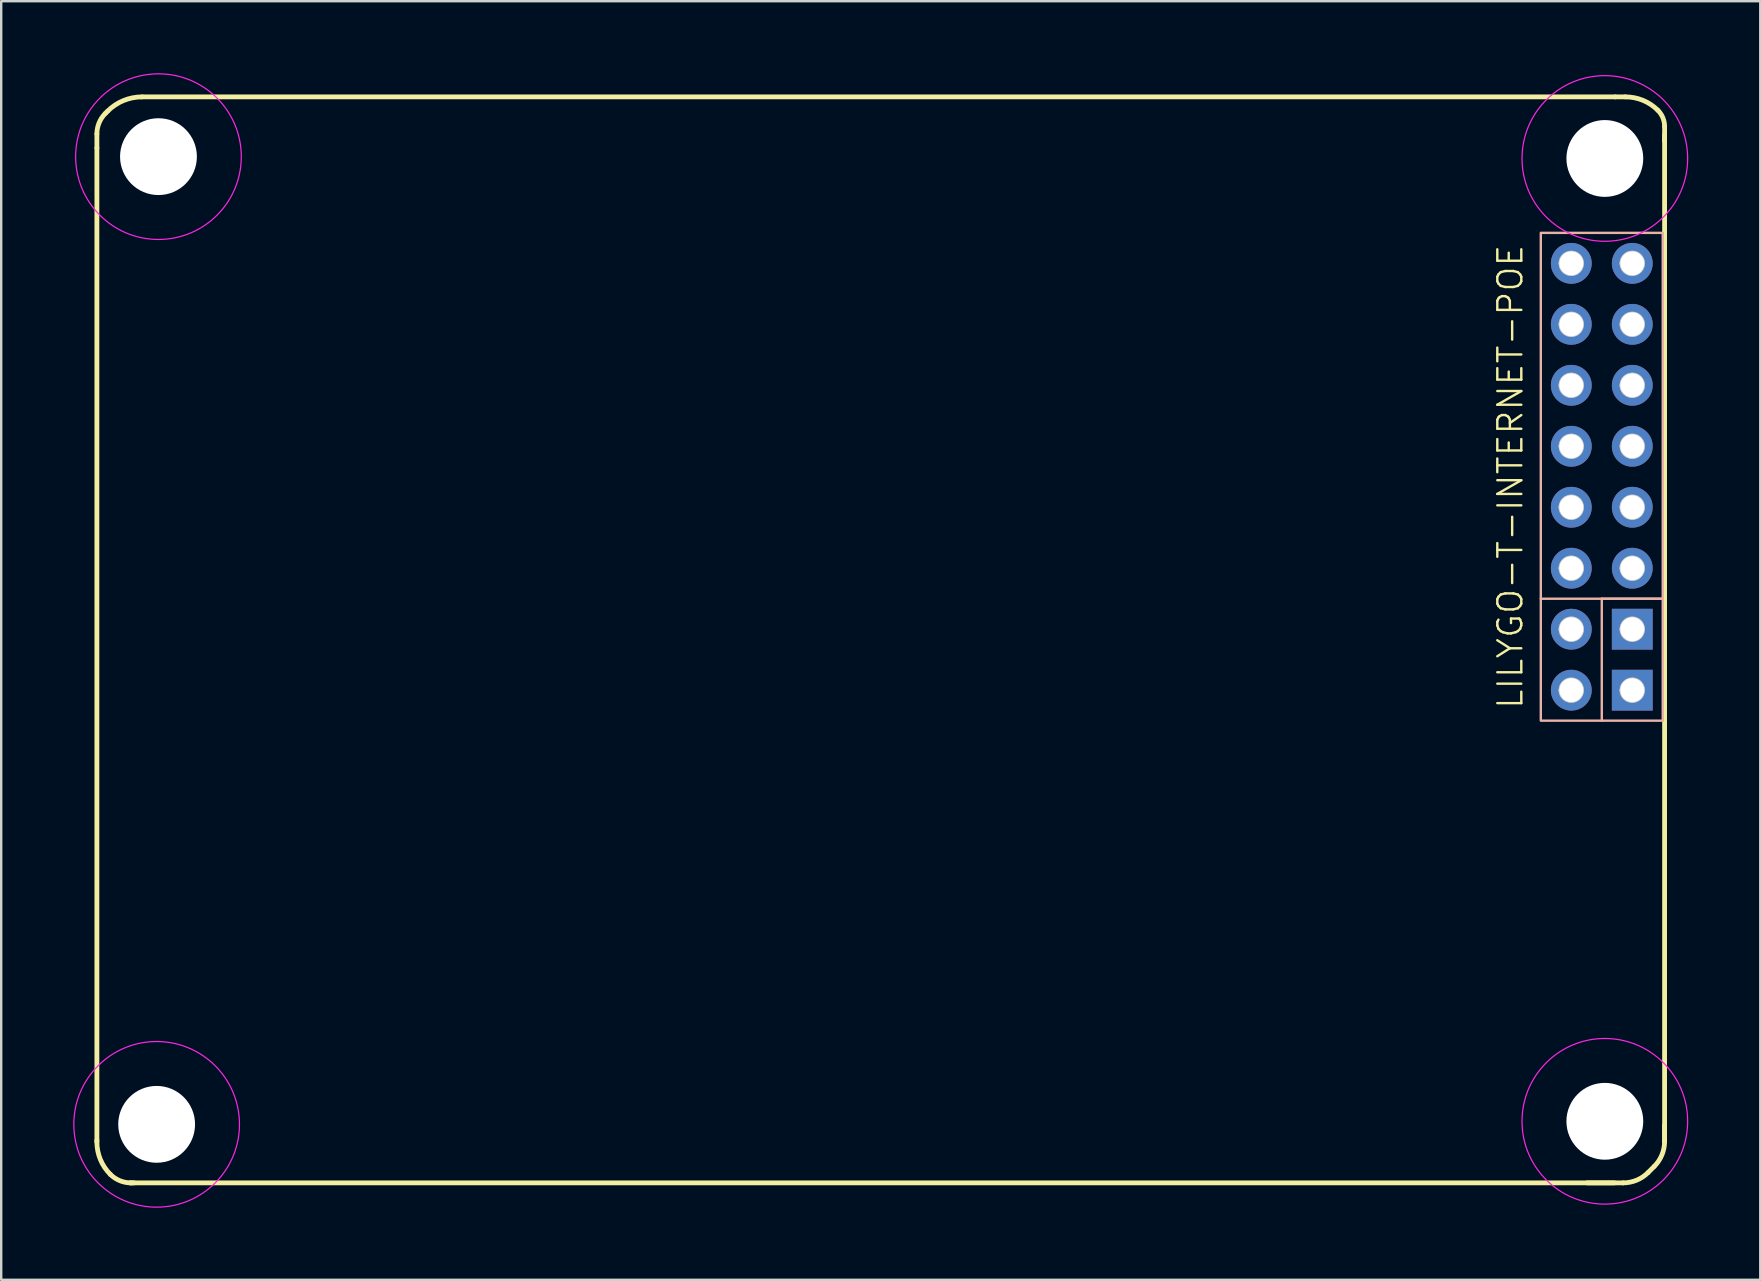
<source format=kicad_pcb>
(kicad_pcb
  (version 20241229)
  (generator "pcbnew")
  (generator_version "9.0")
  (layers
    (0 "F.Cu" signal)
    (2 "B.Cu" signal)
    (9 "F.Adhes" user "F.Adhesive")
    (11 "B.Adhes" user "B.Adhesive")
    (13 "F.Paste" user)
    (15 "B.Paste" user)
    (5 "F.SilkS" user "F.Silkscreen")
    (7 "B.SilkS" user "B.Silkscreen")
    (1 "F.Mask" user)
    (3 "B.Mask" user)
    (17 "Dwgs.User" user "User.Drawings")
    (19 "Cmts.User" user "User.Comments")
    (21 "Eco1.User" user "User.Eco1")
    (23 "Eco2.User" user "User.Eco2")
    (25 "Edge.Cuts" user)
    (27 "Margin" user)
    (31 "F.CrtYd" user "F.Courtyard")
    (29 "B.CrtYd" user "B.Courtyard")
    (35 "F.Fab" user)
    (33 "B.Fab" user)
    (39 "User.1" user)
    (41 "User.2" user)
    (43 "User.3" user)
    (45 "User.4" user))
  (footprint "LILYGO-T-INTERNET-POE"
    (layer "F.Cu")
    (at 63.673 16.81)
    (property "Reference" "LILYGO-T-INTERNET-POE" (at -3.81 0 90) (unlocked yes) (layer "F.SilkS") (effects (font (size 1 1) (thickness 0.1))))
    (attr through_hole)
    (fp_line (start -62.687 -13.691) (end -62.687 -14.28) (stroke (width 0.2) (type solid)) (layer "F.SilkS"))
    (fp_line (start -62.687 27.635) (end -62.687 -13.691) (stroke (width 0.2) (type solid)) (layer "F.SilkS"))
    (fp_line (start -62.687 27.709) (end -62.687 27.635) (stroke (width 0.2) (type solid)) (layer "F.SilkS"))
    (fp_line (start -62.332 -15.138) (end -62.238 -15.232) (stroke (width 0.2) (type solid)) (layer "F.SilkS"))
    (fp_line (start -61.316 29.413) (end 0.889 29.413) (stroke (width 0.2) (type solid)) (layer "F.SilkS"))
    (fp_line (start -61.27 29.413) (end -61.138 29.413) (stroke (width 0.2) (type solid)) (layer "F.SilkS"))
    (fp_line (start -60.808 -15.824) (end 0.559 -15.824) (stroke (width 0.2) (type solid)) (layer "F.SilkS"))
    (fp_line (start -0.61 29.413) (end 0.529 29.413) (stroke (width 0.2) (type solid)) (layer "F.SilkS"))
    (fp_line (start 0.559 -15.824) (end 0.988 -15.824) (stroke (width 0.2) (type solid)) (layer "F.SilkS"))
    (fp_line (start 1.93 28.982) (end 2.184 28.727) (stroke (width 0.2) (type solid)) (layer "F.SilkS"))
    (fp_line (start 2.616 -13.995) (end 2.616 -14.591) (stroke (width 0.2) (type solid)) (layer "F.SilkS"))
    (fp_line (start 2.616 -13.995) (end 2.616 -14.244) (stroke (width 0.2) (type solid)) (layer "F.SilkS"))
    (fp_line (start 2.616 27.685) (end 2.616 -13.995) (stroke (width 0.2) (type solid)) (layer "F.SilkS"))
    (fp_line (start 2.616 27.685) (end 2.616 27) (stroke (width 0.2) (type solid)) (layer "F.SilkS"))
    (fp_arc (start -62.6872 -14.279905) (mid -62.594783 -14.744519) (end -62.3316 -15.1384) (stroke (width 0.2) (type solid)) (layer "F.SilkS"))
    (fp_arc (start -62.238496 -15.231504) (mid -61.581995 -15.670163) (end -60.8076 -15.8242) (stroke (width 0.2) (type solid)) (layer "F.SilkS"))
    (fp_arc (start -62.1284 29.0576) (mid -62.541973 28.438645) (end -62.6872 27.708537) (stroke (width 0.2) (type solid)) (layer "F.SilkS"))
    (fp_arc (start -61.269905 29.4132) (mid -61.734519 29.320783) (end -62.1284 29.0576) (stroke (width 0.2) (type solid)) (layer "F.SilkS"))
    (fp_arc (start 0.987737 -15.8242) (mid 1.717847 -15.678978) (end 2.3368 -15.2654) (stroke (width 0.2) (type solid)) (layer "F.SilkS"))
    (fp_arc (start 1.929653 28.982147) (mid 1.4522 29.301179) (end 0.889 29.4132) (stroke (width 0.2) (type solid)) (layer "F.SilkS"))
    (fp_arc (start 2.3368 -15.2654) (mid 2.543592 -14.955925) (end 2.6162 -14.59087) (stroke (width 0.2) (type solid)) (layer "F.SilkS"))
    (fp_arc (start 2.6162 27.684943) (mid 2.503983 28.249118) (end 2.1844 28.7274) (stroke (width 0.2) (type solid)) (layer "F.SilkS"))
    (fp_line (start -2.54 5.08) (end 2.54 5.08) (stroke (width 0.1) (type default)) (layer "B.SilkS"))
    (fp_line (start 0 5.08) (end 0 10.16) (stroke (width 0.1) (type default)) (layer "B.SilkS"))
    (fp_line (start 2.54 5.08) (end 0 5.08) (stroke (width 0.1) (type default)) (layer "B.SilkS"))
    (fp_rect (start -2.54 -10.16) (end 2.54 10.16) (stroke (width 0.1) (type default)) (fill no) (layer "B.SilkS"))
    (fp_arc (start -1.695801 -8.89) (mid -1.27 -9.315801) (end -0.844199 -8.89) (stroke (width 0.2) (type solid)) (layer "Dwgs.User"))
    (fp_arc (start -1.695801 -8.89) (mid -1.27 -9.315801) (end -0.844199 -8.89) (stroke (width 0.2) (type solid)) (layer "Dwgs.User"))
    (fp_arc (start -1.695801 -6.35) (mid -1.27 -6.775801) (end -0.844199 -6.35) (stroke (width 0.2) (type solid)) (layer "Dwgs.User"))
    (fp_arc (start -1.695801 -6.35) (mid -1.27 -6.775801) (end -0.844199 -6.35) (stroke (width 0.2) (type solid)) (layer "Dwgs.User"))
    (fp_arc (start -1.695801 -3.81) (mid -1.27 -4.235801) (end -0.844199 -3.81) (stroke (width 0.2) (type solid)) (layer "Dwgs.User"))
    (fp_arc (start -1.695801 -3.81) (mid -1.27 -4.235801) (end -0.844199 -3.81) (stroke (width 0.2) (type solid)) (layer "Dwgs.User"))
    (fp_arc (start -1.695801 -1.27) (mid -1.27 -1.695801) (end -0.844199 -1.27) (stroke (width 0.2) (type solid)) (layer "Dwgs.User"))
    (fp_arc (start -1.695801 -1.27) (mid -1.27 -1.695801) (end -0.844199 -1.27) (stroke (width 0.2) (type solid)) (layer "Dwgs.User"))
    (fp_arc (start -1.695801 1.27) (mid -1.27 0.844199) (end -0.844199 1.27) (stroke (width 0.2) (type solid)) (layer "Dwgs.User"))
    (fp_arc (start -1.695801 1.27) (mid -1.27 0.844199) (end -0.844199 1.27) (stroke (width 0.2) (type solid)) (layer "Dwgs.User"))
    (fp_arc (start -1.695801 3.81) (mid -1.27 3.384199) (end -0.844199 3.81) (stroke (width 0.2) (type solid)) (layer "Dwgs.User"))
    (fp_arc (start -1.695801 3.81) (mid -1.27 3.384199) (end -0.844199 3.81) (stroke (width 0.2) (type solid)) (layer "Dwgs.User"))
    (fp_arc (start -1.695801 6.35) (mid -1.27 5.924199) (end -0.844199 6.35) (stroke (width 0.2) (type solid)) (layer "Dwgs.User"))
    (fp_arc (start -1.695801 6.35) (mid -1.27 5.924199) (end -0.844199 6.35) (stroke (width 0.2) (type solid)) (layer "Dwgs.User"))
    (fp_arc (start -1.695801 8.89) (mid -1.27 8.464199) (end -0.844199 8.89) (stroke (width 0.2) (type solid)) (layer "Dwgs.User"))
    (fp_arc (start -1.695801 8.89) (mid -1.27 8.464199) (end -0.844199 8.89) (stroke (width 0.2) (type solid)) (layer "Dwgs.User"))
    (fp_arc (start -1.645001 -8.89) (mid -1.27 -9.265001) (end -0.894999 -8.89) (stroke (width 0.2) (type solid)) (layer "Dwgs.User"))
    (fp_arc (start -1.645001 -6.35) (mid -1.27 -6.725001) (end -0.894999 -6.35) (stroke (width 0.2) (type solid)) (layer "Dwgs.User"))
    (fp_arc (start -1.645001 -3.81) (mid -1.27 -4.185001) (end -0.894999 -3.81) (stroke (width 0.2) (type solid)) (layer "Dwgs.User"))
    (fp_arc (start -1.645001 -1.27) (mid -1.27 -1.645001) (end -0.894999 -1.27) (stroke (width 0.2) (type solid)) (layer "Dwgs.User"))
    (fp_arc (start -1.645001 1.27) (mid -1.27 0.894999) (end -0.894999 1.27) (stroke (width 0.2) (type solid)) (layer "Dwgs.User"))
    (fp_arc (start -1.645001 3.81) (mid -1.27 3.434999) (end -0.894999 3.81) (stroke (width 0.2) (type solid)) (layer "Dwgs.User"))
    (fp_arc (start -1.645001 6.35) (mid -1.27 5.974999) (end -0.894999 6.35) (stroke (width 0.2) (type solid)) (layer "Dwgs.User"))
    (fp_arc (start -1.645001 8.89) (mid -1.27 8.514999) (end -0.894999 8.89) (stroke (width 0.2) (type solid)) (layer "Dwgs.User"))
    (fp_arc (start -0.894999 -8.89) (mid -1.27 -8.514999) (end -1.645001 -8.89) (stroke (width 0.2) (type solid)) (layer "Dwgs.User"))
    (fp_arc (start -0.894999 -6.35) (mid -1.27 -5.974999) (end -1.645001 -6.35) (stroke (width 0.2) (type solid)) (layer "Dwgs.User"))
    (fp_arc (start -0.894999 -3.81) (mid -1.27 -3.434999) (end -1.645001 -3.81) (stroke (width 0.2) (type solid)) (layer "Dwgs.User"))
    (fp_arc (start -0.894999 -1.27) (mid -1.27 -0.894999) (end -1.645001 -1.27) (stroke (width 0.2) (type solid)) (layer "Dwgs.User"))
    (fp_arc (start -0.894999 1.27) (mid -1.27 1.645001) (end -1.645001 1.27) (stroke (width 0.2) (type solid)) (layer "Dwgs.User"))
    (fp_arc (start -0.894999 3.81) (mid -1.27 4.185001) (end -1.645001 3.81) (stroke (width 0.2) (type solid)) (layer "Dwgs.User"))
    (fp_arc (start -0.894999 6.35) (mid -1.27 6.725001) (end -1.645001 6.35) (stroke (width 0.2) (type solid)) (layer "Dwgs.User"))
    (fp_arc (start -0.894999 8.89) (mid -1.27 9.265001) (end -1.645001 8.89) (stroke (width 0.2) (type solid)) (layer "Dwgs.User"))
    (fp_arc (start -0.844199 -8.89) (mid -1.27 -8.464199) (end -1.695801 -8.89) (stroke (width 0.2) (type solid)) (layer "Dwgs.User"))
    (fp_arc (start -0.844199 -8.89) (mid -1.27 -8.464199) (end -1.695801 -8.89) (stroke (width 0.2) (type solid)) (layer "Dwgs.User"))
    (fp_arc (start -0.844199 -6.35) (mid -1.27 -5.924199) (end -1.695801 -6.35) (stroke (width 0.2) (type solid)) (layer "Dwgs.User"))
    (fp_arc (start -0.844199 -6.35) (mid -1.27 -5.924199) (end -1.695801 -6.35) (stroke (width 0.2) (type solid)) (layer "Dwgs.User"))
    (fp_arc (start -0.844199 -3.81) (mid -1.27 -3.384199) (end -1.695801 -3.81) (stroke (width 0.2) (type solid)) (layer "Dwgs.User"))
    (fp_arc (start -0.844199 -3.81) (mid -1.27 -3.384199) (end -1.695801 -3.81) (stroke (width 0.2) (type solid)) (layer "Dwgs.User"))
    (fp_arc (start -0.844199 -1.27) (mid -1.27 -0.844199) (end -1.695801 -1.27) (stroke (width 0.2) (type solid)) (layer "Dwgs.User"))
    (fp_arc (start -0.844199 -1.27) (mid -1.27 -0.844199) (end -1.695801 -1.27) (stroke (width 0.2) (type solid)) (layer "Dwgs.User"))
    (fp_arc (start -0.844199 1.27) (mid -1.27 1.695801) (end -1.695801 1.27) (stroke (width 0.2) (type solid)) (layer "Dwgs.User"))
    (fp_arc (start -0.844199 1.27) (mid -1.27 1.695801) (end -1.695801 1.27) (stroke (width 0.2) (type solid)) (layer "Dwgs.User"))
    (fp_arc (start -0.844199 3.81) (mid -1.27 4.235801) (end -1.695801 3.81) (stroke (width 0.2) (type solid)) (layer "Dwgs.User"))
    (fp_arc (start -0.844199 3.81) (mid -1.27 4.235801) (end -1.695801 3.81) (stroke (width 0.2) (type solid)) (layer "Dwgs.User"))
    (fp_arc (start -0.844199 6.35) (mid -1.27 6.775801) (end -1.695801 6.35) (stroke (width 0.2) (type solid)) (layer "Dwgs.User"))
    (fp_arc (start -0.844199 6.35) (mid -1.27 6.775801) (end -1.695801 6.35) (stroke (width 0.2) (type solid)) (layer "Dwgs.User"))
    (fp_arc (start -0.844199 8.89) (mid -1.27 9.315801) (end -1.695801 8.89) (stroke (width 0.2) (type solid)) (layer "Dwgs.User"))
    (fp_arc (start -0.844199 8.89) (mid -1.27 9.315801) (end -1.695801 8.89) (stroke (width 0.2) (type solid)) (layer "Dwgs.User"))
    (fp_arc (start 0.844199 -8.89) (mid 1.27 -9.315801) (end 1.695801 -8.89) (stroke (width 0.2) (type solid)) (layer "Dwgs.User"))
    (fp_arc (start 0.844199 -8.89) (mid 1.27 -9.315801) (end 1.695801 -8.89) (stroke (width 0.2) (type solid)) (layer "Dwgs.User"))
    (fp_arc (start 0.844199 -6.35) (mid 1.27 -6.775801) (end 1.695801 -6.35) (stroke (width 0.2) (type solid)) (layer "Dwgs.User"))
    (fp_arc (start 0.844199 -6.35) (mid 1.27 -6.775801) (end 1.695801 -6.35) (stroke (width 0.2) (type solid)) (layer "Dwgs.User"))
    (fp_arc (start 0.844199 -3.81) (mid 1.27 -4.235801) (end 1.695801 -3.81) (stroke (width 0.2) (type solid)) (layer "Dwgs.User"))
    (fp_arc (start 0.844199 -3.81) (mid 1.27 -4.235801) (end 1.695801 -3.81) (stroke (width 0.2) (type solid)) (layer "Dwgs.User"))
    (fp_arc (start 0.844199 -1.27) (mid 1.27 -1.695801) (end 1.695801 -1.27) (stroke (width 0.2) (type solid)) (layer "Dwgs.User"))
    (fp_arc (start 0.844199 -1.27) (mid 1.27 -1.695801) (end 1.695801 -1.27) (stroke (width 0.2) (type solid)) (layer "Dwgs.User"))
    (fp_arc (start 0.844199 1.27) (mid 1.27 0.844199) (end 1.695801 1.27) (stroke (width 0.2) (type solid)) (layer "Dwgs.User"))
    (fp_arc (start 0.844199 1.27) (mid 1.27 0.844199) (end 1.695801 1.27) (stroke (width 0.2) (type solid)) (layer "Dwgs.User"))
    (fp_arc (start 0.844199 3.81) (mid 1.27 3.384199) (end 1.695801 3.81) (stroke (width 0.2) (type solid)) (layer "Dwgs.User"))
    (fp_arc (start 0.844199 3.81) (mid 1.27 3.384199) (end 1.695801 3.81) (stroke (width 0.2) (type solid)) (layer "Dwgs.User"))
    (fp_arc (start 0.844199 6.35) (mid 1.27 5.924199) (end 1.695801 6.35) (stroke (width 0.2) (type solid)) (layer "Dwgs.User"))
    (fp_arc (start 0.844199 6.35) (mid 1.27 5.924199) (end 1.695801 6.35) (stroke (width 0.2) (type solid)) (layer "Dwgs.User"))
    (fp_arc (start 0.844199 8.89) (mid 1.27 8.464199) (end 1.695801 8.89) (stroke (width 0.2) (type solid)) (layer "Dwgs.User"))
    (fp_arc (start 0.844199 8.89) (mid 1.27 8.464199) (end 1.695801 8.89) (stroke (width 0.2) (type solid)) (layer "Dwgs.User"))
    (fp_arc (start 0.894999 -8.89) (mid 1.27 -9.265001) (end 1.645001 -8.89) (stroke (width 0.2) (type solid)) (layer "Dwgs.User"))
    (fp_arc (start 0.894999 -6.35) (mid 1.27 -6.725001) (end 1.645001 -6.35) (stroke (width 0.2) (type solid)) (layer "Dwgs.User"))
    (fp_arc (start 0.894999 -3.81) (mid 1.27 -4.185001) (end 1.645001 -3.81) (stroke (width 0.2) (type solid)) (layer "Dwgs.User"))
    (fp_arc (start 0.894999 -1.27) (mid 1.27 -1.645001) (end 1.645001 -1.27) (stroke (width 0.2) (type solid)) (layer "Dwgs.User"))
    (fp_arc (start 0.894999 1.27) (mid 1.27 0.894999) (end 1.645001 1.27) (stroke (width 0.2) (type solid)) (layer "Dwgs.User"))
    (fp_arc (start 0.894999 3.81) (mid 1.27 3.434999) (end 1.645001 3.81) (stroke (width 0.2) (type solid)) (layer "Dwgs.User"))
    (fp_arc (start 0.894999 6.35) (mid 1.27 5.974999) (end 1.645001 6.35) (stroke (width 0.2) (type solid)) (layer "Dwgs.User"))
    (fp_arc (start 0.894999 8.89) (mid 1.27 8.514999) (end 1.645001 8.89) (stroke (width 0.2) (type solid)) (layer "Dwgs.User"))
    (fp_arc (start 1.645001 -8.89) (mid 1.27 -8.514999) (end 0.894999 -8.89) (stroke (width 0.2) (type solid)) (layer "Dwgs.User"))
    (fp_arc (start 1.645001 -6.35) (mid 1.27 -5.974999) (end 0.894999 -6.35) (stroke (width 0.2) (type solid)) (layer "Dwgs.User"))
    (fp_arc (start 1.645001 -3.81) (mid 1.27 -3.434999) (end 0.894999 -3.81) (stroke (width 0.2) (type solid)) (layer "Dwgs.User"))
    (fp_arc (start 1.645001 -1.27) (mid 1.27 -0.894999) (end 0.894999 -1.27) (stroke (width 0.2) (type solid)) (layer "Dwgs.User"))
    (fp_arc (start 1.645001 1.27) (mid 1.27 1.645001) (end 0.894999 1.27) (stroke (width 0.2) (type solid)) (layer "Dwgs.User"))
    (fp_arc (start 1.645001 3.81) (mid 1.27 4.185001) (end 0.894999 3.81) (stroke (width 0.2) (type solid)) (layer "Dwgs.User"))
    (fp_arc (start 1.645001 6.35) (mid 1.27 6.725001) (end 0.894999 6.35) (stroke (width 0.2) (type solid)) (layer "Dwgs.User"))
    (fp_arc (start 1.645001 8.89) (mid 1.27 9.265001) (end 0.894999 8.89) (stroke (width 0.2) (type solid)) (layer "Dwgs.User"))
    (fp_arc (start 1.695801 -8.89) (mid 1.27 -8.464199) (end 0.844199 -8.89) (stroke (width 0.2) (type solid)) (layer "Dwgs.User"))
    (fp_arc (start 1.695801 -8.89) (mid 1.27 -8.464199) (end 0.844199 -8.89) (stroke (width 0.2) (type solid)) (layer "Dwgs.User"))
    (fp_arc (start 1.695801 -6.35) (mid 1.27 -5.924199) (end 0.844199 -6.35) (stroke (width 0.2) (type solid)) (layer "Dwgs.User"))
    (fp_arc (start 1.695801 -6.35) (mid 1.27 -5.924199) (end 0.844199 -6.35) (stroke (width 0.2) (type solid)) (layer "Dwgs.User"))
    (fp_arc (start 1.695801 -3.81) (mid 1.27 -3.384199) (end 0.844199 -3.81) (stroke (width 0.2) (type solid)) (layer "Dwgs.User"))
    (fp_arc (start 1.695801 -3.81) (mid 1.27 -3.384199) (end 0.844199 -3.81) (stroke (width 0.2) (type solid)) (layer "Dwgs.User"))
    (fp_arc (start 1.695801 -1.27) (mid 1.27 -0.844199) (end 0.844199 -1.27) (stroke (width 0.2) (type solid)) (layer "Dwgs.User"))
    (fp_arc (start 1.695801 -1.27) (mid 1.27 -0.844199) (end 0.844199 -1.27) (stroke (width 0.2) (type solid)) (layer "Dwgs.User"))
    (fp_arc (start 1.695801 1.27) (mid 1.27 1.695801) (end 0.844199 1.27) (stroke (width 0.2) (type solid)) (layer "Dwgs.User"))
    (fp_arc (start 1.695801 1.27) (mid 1.27 1.695801) (end 0.844199 1.27) (stroke (width 0.2) (type solid)) (layer "Dwgs.User"))
    (fp_arc (start 1.695801 3.81) (mid 1.27 4.235801) (end 0.844199 3.81) (stroke (width 0.2) (type solid)) (layer "Dwgs.User"))
    (fp_arc (start 1.695801 3.81) (mid 1.27 4.235801) (end 0.844199 3.81) (stroke (width 0.2) (type solid)) (layer "Dwgs.User"))
    (fp_arc (start 1.695801 6.35) (mid 1.27 6.775801) (end 0.844199 6.35) (stroke (width 0.2) (type solid)) (layer "Dwgs.User"))
    (fp_arc (start 1.695801 6.35) (mid 1.27 6.775801) (end 0.844199 6.35) (stroke (width 0.2) (type solid)) (layer "Dwgs.User"))
    (fp_arc (start 1.695801 8.89) (mid 1.27 9.315801) (end 0.844199 8.89) (stroke (width 0.2) (type solid)) (layer "Dwgs.User"))
    (fp_arc (start 1.695801 8.89) (mid 1.27 9.315801) (end 0.844199 8.89) (stroke (width 0.2) (type solid)) (layer "Dwgs.User"))
    (fp_circle (center -60.198 26.975) (end -56.748 26.975) (stroke (width 0.05) (type default)) (fill no) (layer "F.CrtYd"))
    (fp_circle (center -60.122 -13.335) (end -56.672 -13.335) (stroke (width 0.05) (type default)) (fill no) (layer "F.CrtYd"))
    (fp_circle (center 0.127 -13.259) (end 3.577 -13.259) (stroke (width 0.05) (type default)) (fill no) (layer "F.CrtYd"))
    (fp_circle (center 0.127 26.848) (end 3.577 26.848) (stroke (width 0.05) (type default)) (fill no) (layer "F.CrtYd"))
    (fp_arc (start -61.698 26.9748) (mid -60.198 25.4748) (end -58.698 26.9748) (stroke (width 0.2) (type solid)) (layer "User.1"))
    (fp_arc (start -61.6326 -13.335) (mid -60.132601 -14.834999) (end -58.632601 -13.335) (stroke (width 0.2) (type solid)) (layer "User.1"))
    (fp_arc (start -58.698 26.9748) (mid -60.198 28.4748) (end -61.698 26.9748) (stroke (width 0.2) (type solid)) (layer "User.1"))
    (fp_arc (start -58.632601 -13.335) (mid -60.1326 -11.835001) (end -61.6326 -13.335) (stroke (width 0.2) (type solid)) (layer "User.1"))
    (fp_arc (start -1.3838 -13.2588) (mid 0.1162 -14.7588) (end 1.616199 -13.2588) (stroke (width 0.2) (type solid)) (layer "User.1"))
    (fp_arc (start -1.3838 26.8478) (mid 0.116199 25.347801) (end 1.616199 26.8478) (stroke (width 0.2) (type solid)) (layer "User.1"))
    (fp_arc (start 1.616199 -13.2588) (mid 0.1162 -11.758801) (end -1.3838 -13.2588) (stroke (width 0.2) (type solid)) (layer "User.1"))
    (fp_arc (start 1.616199 26.8478) (mid 0.1162 28.347799) (end -1.3838 26.8478) (stroke (width 0.2) (type solid)) (layer "User.1"))
    (pad "" np_thru_hole circle (at -60.198 26.975) (size 3.2 3.2) (drill 3.2) (layers "*.Cu" "*.Mask"))
    (pad "" np_thru_hole circle (at -60.122 -13.335) (size 3.2 3.2) (drill 3.2) (layers "*.Cu" "*.Mask"))
    (pad "" np_thru_hole circle (at 0.127 -13.259) (size 3.2 3.2) (drill 3.2) (layers "*.Cu" "*.Mask"))
    (pad "" np_thru_hole circle (at 0.127 26.848) (size 3.2 3.2) (drill 3.2) (layers "*.Cu" "*.Mask"))
    (pad "1" thru_hole circle (at -1.27 -8.89) (size 1.7 1.7) (drill 1) (layers "*.Cu" "*.Mask"))
    (pad "2" thru_hole circle (at 1.27 -8.89) (size 1.7 1.7) (drill 1) (layers "*.Cu" "*.Mask"))
    (pad "3" thru_hole circle (at -1.27 -6.35) (size 1.7 1.7) (drill 1) (layers "*.Cu" "*.Mask"))
    (pad "4" thru_hole circle (at 1.27 -6.35) (size 1.7 1.7) (drill 1) (layers "*.Cu" "*.Mask"))
    (pad "5" thru_hole circle (at -1.27 -3.81) (size 1.7 1.7) (drill 1) (layers "*.Cu" "*.Mask"))
    (pad "6" thru_hole circle (at 1.27 -3.81) (size 1.7 1.7) (drill 1) (layers "*.Cu" "*.Mask"))
    (pad "7" thru_hole circle (at -1.27 -1.27) (size 1.7 1.7) (drill 1) (layers "*.Cu" "*.Mask"))
    (pad "8" thru_hole circle (at 1.27 -1.27) (size 1.7 1.7) (drill 1) (layers "*.Cu" "*.Mask"))
    (pad "9" thru_hole circle (at -1.27 1.27) (size 1.7 1.7) (drill 1) (layers "*.Cu" "*.Mask"))
    (pad "10" thru_hole circle (at 1.27 1.27) (size 1.7 1.7) (drill 1) (layers "*.Cu" "*.Mask"))
    (pad "11" thru_hole circle (at -1.27 3.81) (size 1.7 1.7) (drill 1) (layers "*.Cu" "*.Mask"))
    (pad "12" thru_hole circle (at 1.27 3.81) (size 1.7 1.7) (drill 1) (layers "*.Cu" "*.Mask"))
    (pad "13" thru_hole circle (at -1.27 6.35) (size 1.7 1.7) (drill 1) (layers "*.Cu" "*.Mask"))
    (pad "14" thru_hole rect (at 1.27 6.35) (size 1.7 1.7) (drill 1) (layers "*.Cu" "*.Mask"))
    (pad "15" thru_hole circle (at -1.27 8.89) (size 1.7 1.7) (drill 1) (layers "*.Cu" "*.Mask"))
    (pad "16" thru_hole rect (at 1.27 8.89) (size 1.7 1.7) (drill 1) (layers "*.Cu" "*.Mask")))
  (gr_rect
    (start -3 -3)
    (end 70.275 50.26)
    (stroke (width 0.1) (type default))
    (fill no)
    (layer "Edge.Cuts")))
</source>
